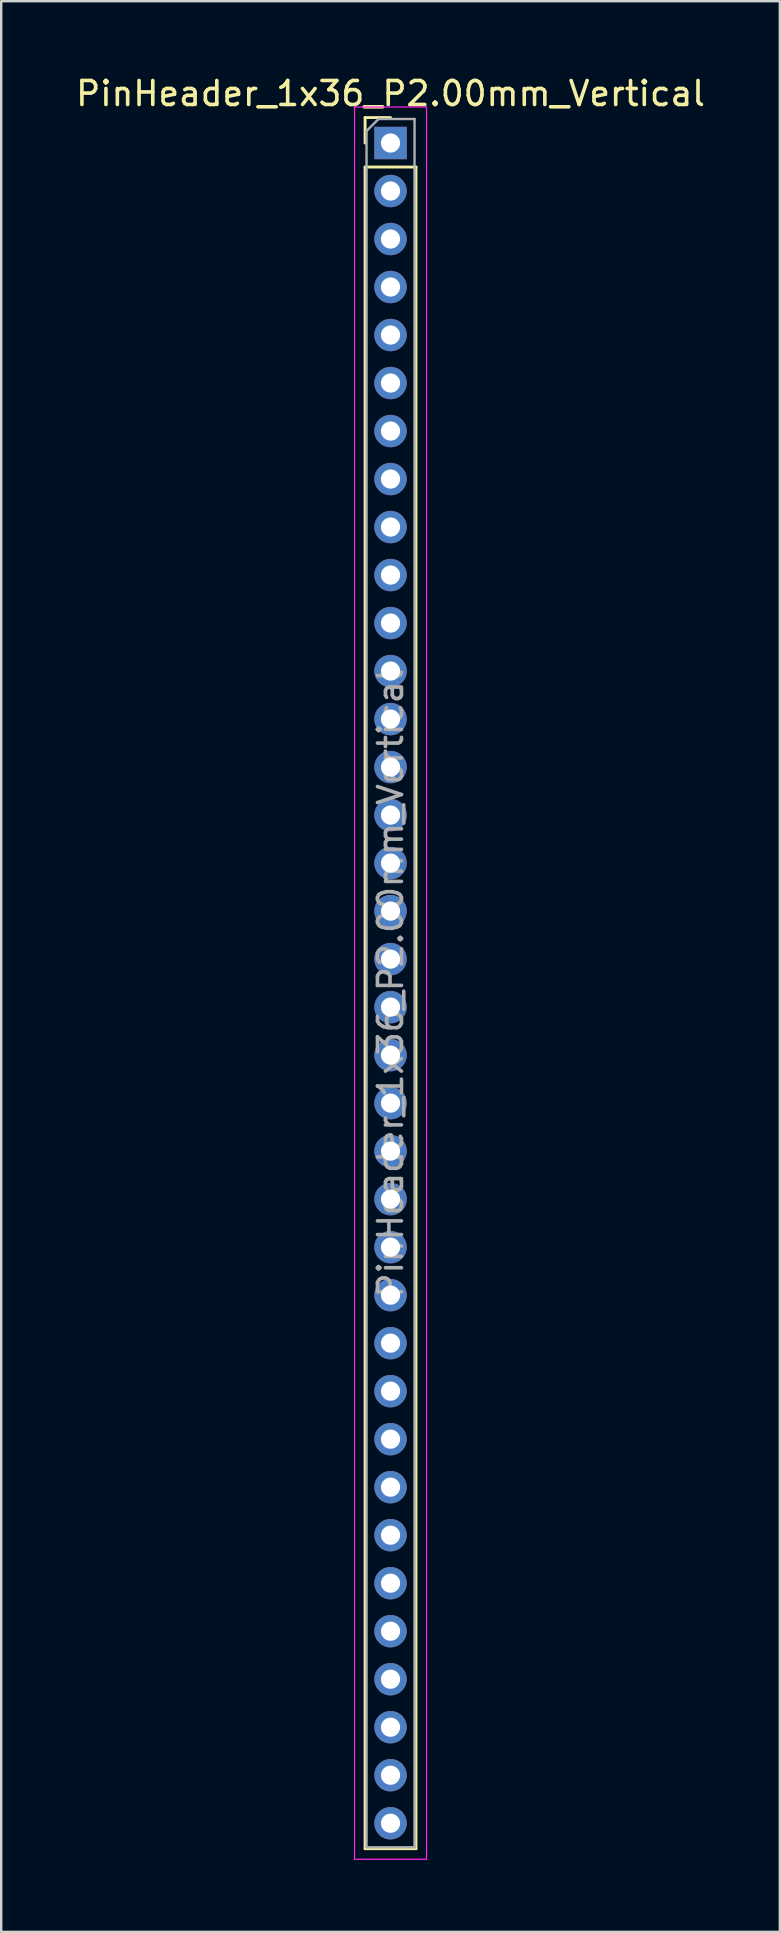
<source format=kicad_pcb>
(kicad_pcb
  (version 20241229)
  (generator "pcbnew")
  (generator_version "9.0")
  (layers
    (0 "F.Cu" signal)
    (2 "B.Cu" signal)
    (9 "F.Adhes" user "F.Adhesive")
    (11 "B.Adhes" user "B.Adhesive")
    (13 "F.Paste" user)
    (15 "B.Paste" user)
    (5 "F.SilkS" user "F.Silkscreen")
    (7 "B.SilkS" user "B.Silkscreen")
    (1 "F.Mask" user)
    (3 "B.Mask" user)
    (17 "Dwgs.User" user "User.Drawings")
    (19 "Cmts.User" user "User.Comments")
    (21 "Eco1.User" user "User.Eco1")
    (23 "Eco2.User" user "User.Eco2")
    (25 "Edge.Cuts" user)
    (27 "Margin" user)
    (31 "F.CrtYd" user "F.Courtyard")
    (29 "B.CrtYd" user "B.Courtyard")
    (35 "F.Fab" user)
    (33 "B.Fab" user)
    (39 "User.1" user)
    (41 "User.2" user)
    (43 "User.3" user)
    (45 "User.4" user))
  (footprint "PinHeader_1x36_P2.00mm_Vertical"
    (layer "F.Cu")
    (at 13.22 2.908)
    (property "Reference" "PinHeader_1x36_P2.00mm_Vertical" (at 0 -2.06 0) (layer "F.SilkS") (effects (font (size 1 1) (thickness 0.15))))
    (attr through_hole)
    (fp_line (start -1.06 -1.06) (end 0 -1.06) (stroke (width 0.12) (type solid)) (layer "F.SilkS"))
    (fp_line (start -1.06 0) (end -1.06 -1.06) (stroke (width 0.12) (type solid)) (layer "F.SilkS"))
    (fp_line (start -1.06 1) (end -1.06 71.06) (stroke (width 0.12) (type solid)) (layer "F.SilkS"))
    (fp_line (start -1.06 1) (end 1.06 1) (stroke (width 0.12) (type solid)) (layer "F.SilkS"))
    (fp_line (start -1.06 71.06) (end 1.06 71.06) (stroke (width 0.12) (type solid)) (layer "F.SilkS"))
    (fp_line (start 1.06 1) (end 1.06 71.06) (stroke (width 0.12) (type solid)) (layer "F.SilkS"))
    (fp_line (start -1.5 -1.5) (end -1.5 71.5) (stroke (width 0.05) (type solid)) (layer "F.CrtYd"))
    (fp_line (start -1.5 71.5) (end 1.5 71.5) (stroke (width 0.05) (type solid)) (layer "F.CrtYd"))
    (fp_line (start 1.5 -1.5) (end -1.5 -1.5) (stroke (width 0.05) (type solid)) (layer "F.CrtYd"))
    (fp_line (start 1.5 71.5) (end 1.5 -1.5) (stroke (width 0.05) (type solid)) (layer "F.CrtYd"))
    (fp_line (start -1 -0.5) (end -0.5 -1) (stroke (width 0.1) (type solid)) (layer "F.Fab"))
    (fp_line (start -1 71) (end -1 -0.5) (stroke (width 0.1) (type solid)) (layer "F.Fab"))
    (fp_line (start -0.5 -1) (end 1 -1) (stroke (width 0.1) (type solid)) (layer "F.Fab"))
    (fp_line (start 1 -1) (end 1 71) (stroke (width 0.1) (type solid)) (layer "F.Fab"))
    (fp_line (start 1 71) (end -1 71) (stroke (width 0.1) (type solid)) (layer "F.Fab"))
    (fp_text user "${REFERENCE}" (at 0 35 90) (layer "F.Fab") (effects (font (size 1 1) (thickness 0.15))))
    (pad "1" thru_hole rect (at 0 0) (size 1.35 1.35) (drill 0.8) (layers "*.Cu" "*.Mask"))
    (pad "2" thru_hole oval (at 0 2) (size 1.35 1.35) (drill 0.8) (layers "*.Cu" "*.Mask"))
    (pad "3" thru_hole oval (at 0 4) (size 1.35 1.35) (drill 0.8) (layers "*.Cu" "*.Mask"))
    (pad "4" thru_hole oval (at 0 6) (size 1.35 1.35) (drill 0.8) (layers "*.Cu" "*.Mask"))
    (pad "5" thru_hole oval (at 0 8) (size 1.35 1.35) (drill 0.8) (layers "*.Cu" "*.Mask"))
    (pad "6" thru_hole oval (at 0 10) (size 1.35 1.35) (drill 0.8) (layers "*.Cu" "*.Mask"))
    (pad "7" thru_hole oval (at 0 12) (size 1.35 1.35) (drill 0.8) (layers "*.Cu" "*.Mask"))
    (pad "8" thru_hole oval (at 0 14) (size 1.35 1.35) (drill 0.8) (layers "*.Cu" "*.Mask"))
    (pad "9" thru_hole oval (at 0 16) (size 1.35 1.35) (drill 0.8) (layers "*.Cu" "*.Mask"))
    (pad "10" thru_hole oval (at 0 18) (size 1.35 1.35) (drill 0.8) (layers "*.Cu" "*.Mask"))
    (pad "11" thru_hole oval (at 0 20) (size 1.35 1.35) (drill 0.8) (layers "*.Cu" "*.Mask"))
    (pad "12" thru_hole oval (at 0 22) (size 1.35 1.35) (drill 0.8) (layers "*.Cu" "*.Mask"))
    (pad "13" thru_hole oval (at 0 24) (size 1.35 1.35) (drill 0.8) (layers "*.Cu" "*.Mask"))
    (pad "14" thru_hole oval (at 0 26) (size 1.35 1.35) (drill 0.8) (layers "*.Cu" "*.Mask"))
    (pad "15" thru_hole oval (at 0 28) (size 1.35 1.35) (drill 0.8) (layers "*.Cu" "*.Mask"))
    (pad "16" thru_hole oval (at 0 30) (size 1.35 1.35) (drill 0.8) (layers "*.Cu" "*.Mask"))
    (pad "17" thru_hole oval (at 0 32) (size 1.35 1.35) (drill 0.8) (layers "*.Cu" "*.Mask"))
    (pad "18" thru_hole oval (at 0 34) (size 1.35 1.35) (drill 0.8) (layers "*.Cu" "*.Mask"))
    (pad "19" thru_hole oval (at 0 36) (size 1.35 1.35) (drill 0.8) (layers "*.Cu" "*.Mask"))
    (pad "20" thru_hole oval (at 0 38) (size 1.35 1.35) (drill 0.8) (layers "*.Cu" "*.Mask"))
    (pad "21" thru_hole oval (at 0 40) (size 1.35 1.35) (drill 0.8) (layers "*.Cu" "*.Mask"))
    (pad "22" thru_hole oval (at 0 42) (size 1.35 1.35) (drill 0.8) (layers "*.Cu" "*.Mask"))
    (pad "23" thru_hole oval (at 0 44) (size 1.35 1.35) (drill 0.8) (layers "*.Cu" "*.Mask"))
    (pad "24" thru_hole oval (at 0 46) (size 1.35 1.35) (drill 0.8) (layers "*.Cu" "*.Mask"))
    (pad "25" thru_hole oval (at 0 48) (size 1.35 1.35) (drill 0.8) (layers "*.Cu" "*.Mask"))
    (pad "26" thru_hole oval (at 0 50) (size 1.35 1.35) (drill 0.8) (layers "*.Cu" "*.Mask"))
    (pad "27" thru_hole oval (at 0 52) (size 1.35 1.35) (drill 0.8) (layers "*.Cu" "*.Mask"))
    (pad "28" thru_hole oval (at 0 54) (size 1.35 1.35) (drill 0.8) (layers "*.Cu" "*.Mask"))
    (pad "29" thru_hole oval (at 0 56) (size 1.35 1.35) (drill 0.8) (layers "*.Cu" "*.Mask"))
    (pad "30" thru_hole oval (at 0 58) (size 1.35 1.35) (drill 0.8) (layers "*.Cu" "*.Mask"))
    (pad "31" thru_hole oval (at 0 60) (size 1.35 1.35) (drill 0.8) (layers "*.Cu" "*.Mask"))
    (pad "32" thru_hole oval (at 0 62) (size 1.35 1.35) (drill 0.8) (layers "*.Cu" "*.Mask"))
    (pad "33" thru_hole oval (at 0 64) (size 1.35 1.35) (drill 0.8) (layers "*.Cu" "*.Mask"))
    (pad "34" thru_hole oval (at 0 66) (size 1.35 1.35) (drill 0.8) (layers "*.Cu" "*.Mask"))
    (pad "35" thru_hole oval (at 0 68) (size 1.35 1.35) (drill 0.8) (layers "*.Cu" "*.Mask"))
    (pad "36" thru_hole oval (at 0 70) (size 1.35 1.35) (drill 0.8) (layers "*.Cu" "*.Mask")))
  (gr_rect
    (start -3 -3)
    (end 29.44 77.433)
    (stroke (width 0.1) (type default))
    (fill no)
    (layer "Edge.Cuts")))
</source>
